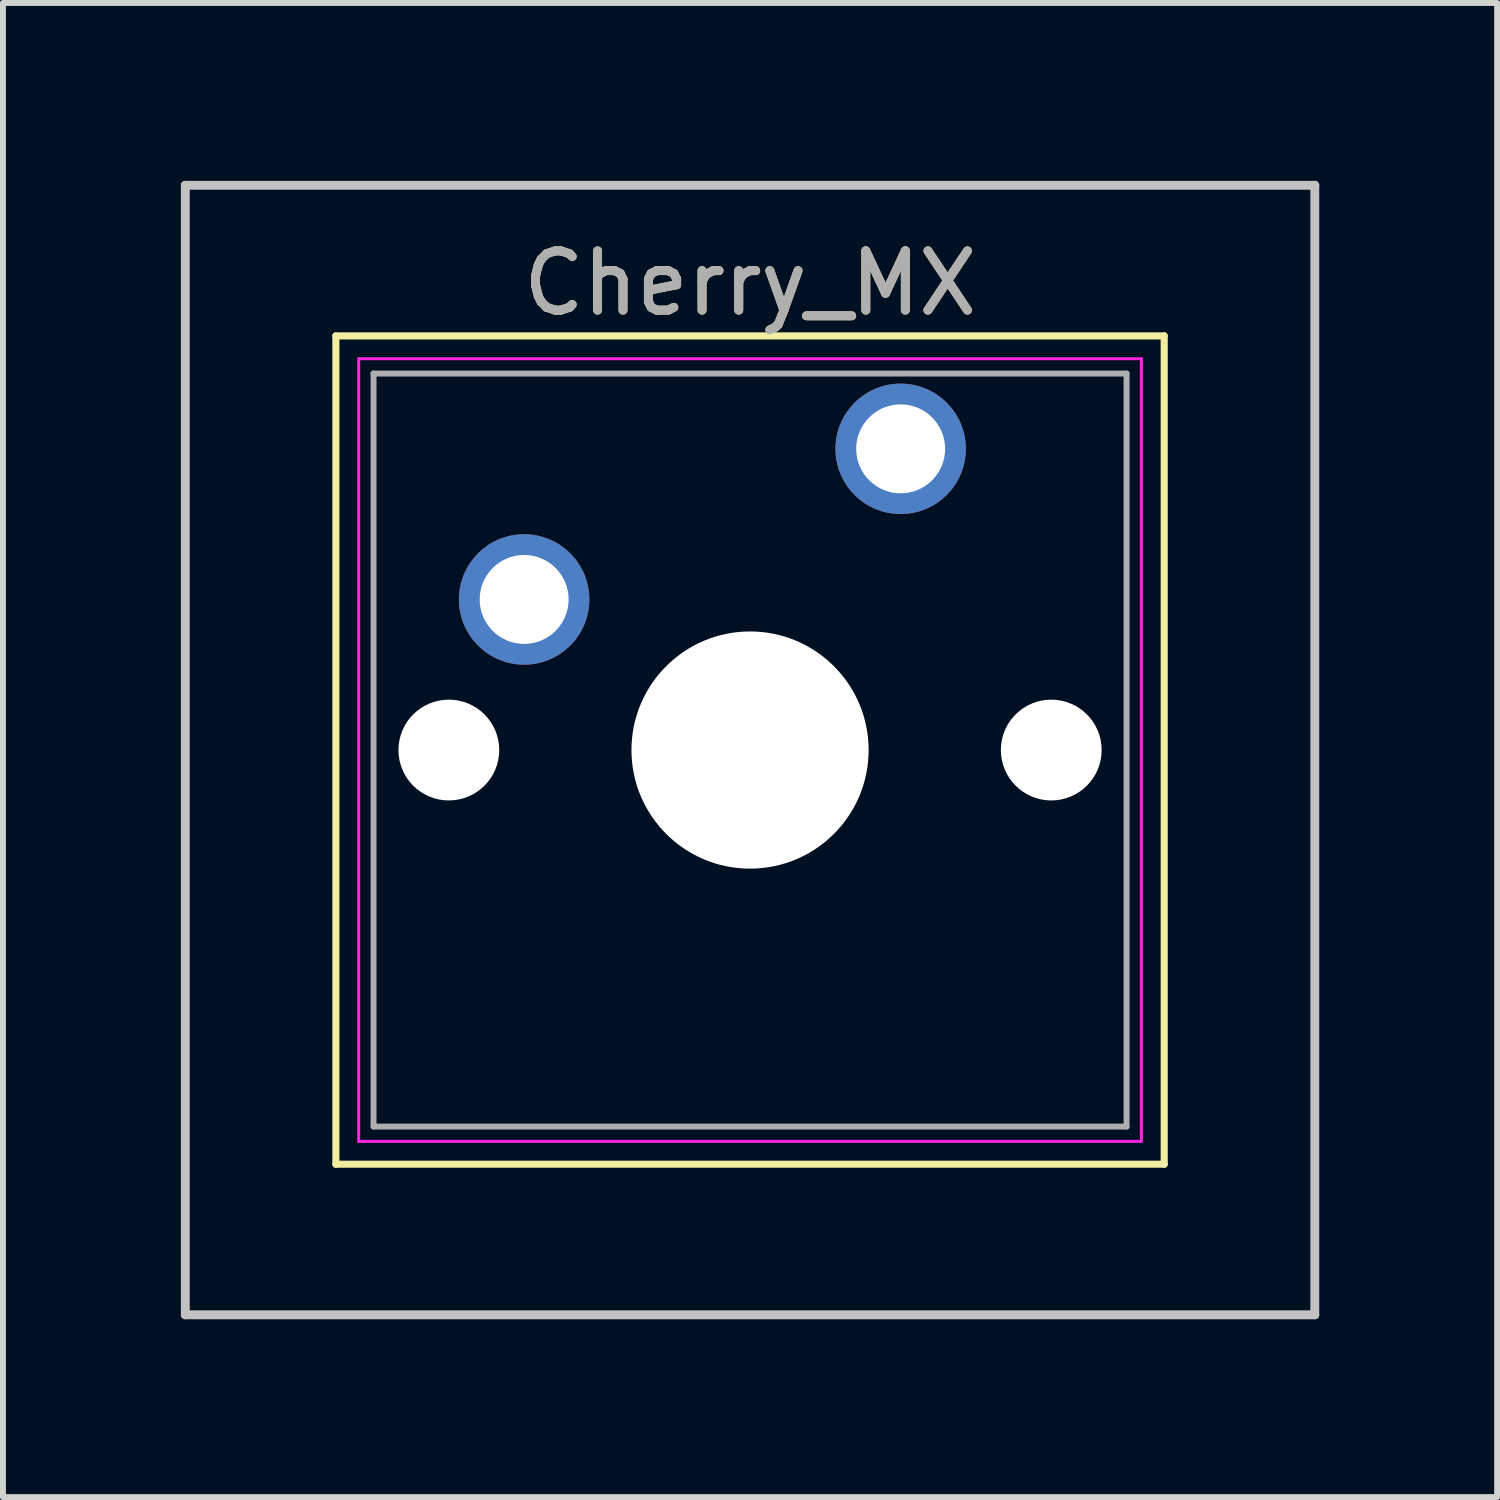
<source format=kicad_pcb>
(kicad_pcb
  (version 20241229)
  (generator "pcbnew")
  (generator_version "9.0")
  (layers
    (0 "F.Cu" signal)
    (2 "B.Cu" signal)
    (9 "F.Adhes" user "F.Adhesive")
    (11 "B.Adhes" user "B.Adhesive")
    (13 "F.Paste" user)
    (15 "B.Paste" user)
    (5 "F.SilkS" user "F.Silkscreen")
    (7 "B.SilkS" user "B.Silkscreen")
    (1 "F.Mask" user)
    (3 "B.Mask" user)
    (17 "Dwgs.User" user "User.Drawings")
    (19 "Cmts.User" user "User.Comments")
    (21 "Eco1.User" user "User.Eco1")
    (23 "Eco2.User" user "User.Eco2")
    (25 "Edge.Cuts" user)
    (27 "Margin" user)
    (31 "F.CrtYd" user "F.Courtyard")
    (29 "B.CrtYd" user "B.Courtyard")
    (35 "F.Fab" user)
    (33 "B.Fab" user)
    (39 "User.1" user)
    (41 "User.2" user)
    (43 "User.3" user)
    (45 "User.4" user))
  (footprint "Cherry_MX"
    (layer "F.Cu")
    (at 9.6 9.6)
    (property "Reference" "Cherry_MX" (at 0 -7.874 0) (layer "F.SilkS") (effects (font (size 1 1) (thickness 0.15))))
    (attr through_hole)
    (fp_line (start -6.985 -6.985) (end 6.985 -6.985) (stroke (width 0.12) (type solid)) (layer "F.SilkS"))
    (fp_line (start -6.985 6.985) (end -6.985 -6.985) (stroke (width 0.12) (type solid)) (layer "F.SilkS"))
    (fp_line (start 6.985 -6.985) (end 6.985 6.985) (stroke (width 0.12) (type solid)) (layer "F.SilkS"))
    (fp_line (start 6.985 6.985) (end -6.985 6.985) (stroke (width 0.12) (type solid)) (layer "F.SilkS"))
    (fp_line (start -9.525 -9.525) (end 9.525 -9.525) (stroke (width 0.15) (type solid)) (layer "Dwgs.User"))
    (fp_line (start -9.525 9.525) (end -9.525 -9.525) (stroke (width 0.15) (type solid)) (layer "Dwgs.User"))
    (fp_line (start 9.525 -9.525) (end 9.525 9.525) (stroke (width 0.15) (type solid)) (layer "Dwgs.User"))
    (fp_line (start 9.525 9.525) (end -9.525 9.525) (stroke (width 0.15) (type solid)) (layer "Dwgs.User"))
    (fp_line (start -6.6 -6.6) (end 6.6 -6.6) (stroke (width 0.05) (type solid)) (layer "F.CrtYd"))
    (fp_line (start -6.6 6.6) (end -6.6 -6.6) (stroke (width 0.05) (type solid)) (layer "F.CrtYd"))
    (fp_line (start 6.6 -6.6) (end 6.6 6.6) (stroke (width 0.05) (type solid)) (layer "F.CrtYd"))
    (fp_line (start 6.6 6.6) (end -6.6 6.6) (stroke (width 0.05) (type solid)) (layer "F.CrtYd"))
    (fp_line (start -6.35 -6.35) (end 6.35 -6.35) (stroke (width 0.1) (type solid)) (layer "F.Fab"))
    (fp_line (start -6.35 6.35) (end -6.35 -6.35) (stroke (width 0.1) (type solid)) (layer "F.Fab"))
    (fp_line (start 6.35 -6.35) (end 6.35 6.35) (stroke (width 0.1) (type solid)) (layer "F.Fab"))
    (fp_line (start 6.35 6.35) (end -6.35 6.35) (stroke (width 0.1) (type solid)) (layer "F.Fab"))
    (fp_text user "${REFERENCE}" (at 0 -7.874 0) (layer "F.Fab") (effects (font (size 1 1) (thickness 0.15))))
    (pad "" np_thru_hole circle (at -5.08 0) (size 1.7 1.7) (drill 1.7) (layers "*.Cu" "*.Mask"))
    (pad "" np_thru_hole circle (at 0 0) (size 4 4) (drill 4) (layers "*.Cu" "*.Mask"))
    (pad "" np_thru_hole circle (at 5.08 0) (size 1.7 1.7) (drill 1.7) (layers "*.Cu" "*.Mask"))
    (pad "1" thru_hole circle (at 2.54 -5.08) (size 2.2 2.2) (drill 1.5) (layers "*.Cu" "*.Mask"))
    (pad "2" thru_hole circle (at -3.81 -2.54) (size 2.2 2.2) (drill 1.5) (layers "*.Cu" "*.Mask")))
  (gr_rect
    (start -3 -3)
    (end 22.2 22.2)
    (stroke (width 0.1) (type default))
    (fill no)
    (layer "Edge.Cuts")))
</source>
